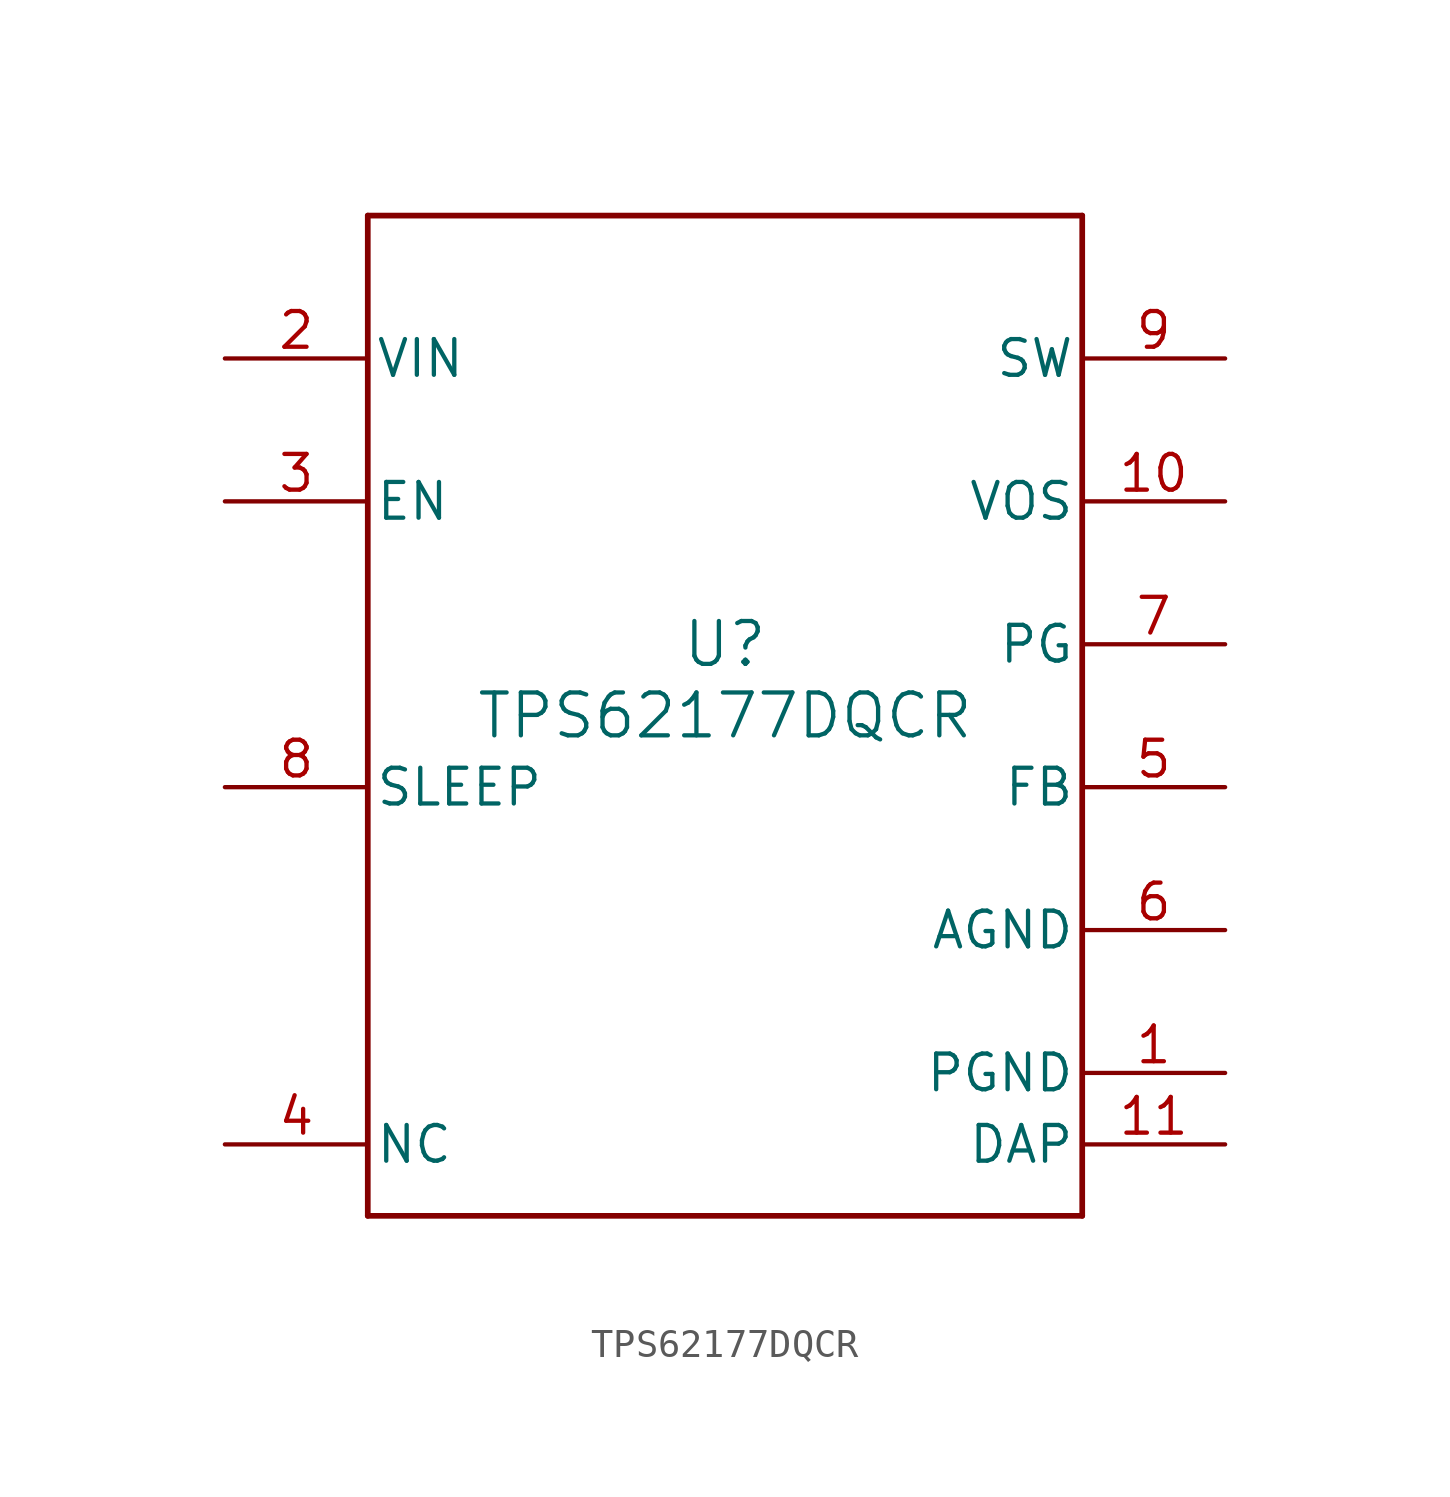
<source format=kicad_sym>
(kicad_symbol_lib
  (version 20211014)
  (generator kicad_symbol_editor)
  (symbol "TPS62177DQCR"
    (pin_names
      (offset 0.254))
    (property "Reference" "U"
      (at 0 2.54 0)
      (effects (font (size 1.524 1.524))))
    (property "Value" "TPS62177DQCR"
      (at 0 0 0)
      (effects (font (size 1.524 1.524))))
    (symbol "TPS62177DQCR_0_1"
      (polyline (pts (xy -12.7 -17.78) (xy 12.7 -17.78)) (stroke (width 0.203) (type default) (color 0 0 0 0)) (fill (type none)))
      (polyline (pts (xy 12.7 -17.78) (xy 12.7 17.78)) (stroke (width 0.203) (type default) (color 0 0 0 0)) (fill (type none)))
      (polyline (pts (xy 12.7 17.78) (xy -12.7 17.78)) (stroke (width 0.203) (type default) (color 0 0 0 0)) (fill (type none)))
      (polyline (pts (xy -12.7 17.78) (xy -12.7 -17.78)) (stroke (width 0.203) (type default) (color 0 0 0 0)) (fill (type none)))
      (pin power_in line (at 17.78 -12.7 180) (length 5.08) (name "PGND" (effects (font (size 1.27 1.27)))) (number "1" (effects (font (size 1.27 1.27)))))
      (pin power_in line (at -17.78 12.7 0) (length 5.08) (name "VIN" (effects (font (size 1.27 1.27)))) (number "2" (effects (font (size 1.27 1.27)))))
      (pin input line (at -17.78 7.62 0) (length 5.08) (name "EN" (effects (font (size 1.27 1.27)))) (number "3" (effects (font (size 1.27 1.27)))))
      (pin unspecified line (at -17.78 -15.24 0) (length 5.08) (name "NC" (effects (font (size 1.27 1.27)))) (number "4" (effects (font (size 1.27 1.27)))))
      (pin input line (at 17.78 -2.54 180) (length 5.08) (name "FB" (effects (font (size 1.27 1.27)))) (number "5" (effects (font (size 1.27 1.27)))))
      (pin power_in line (at 17.78 -7.62 180) (length 5.08) (name "AGND" (effects (font (size 1.27 1.27)))) (number "6" (effects (font (size 1.27 1.27)))))
      (pin output line (at 17.78 2.54 180) (length 5.08) (name "PG" (effects (font (size 1.27 1.27)))) (number "7" (effects (font (size 1.27 1.27)))))
      (pin input line (at -17.78 -2.54 0) (length 5.08) (name "SLEEP" (effects (font (size 1.27 1.27)))) (number "8" (effects (font (size 1.27 1.27)))))
      (pin output line (at 17.78 12.7 180) (length 5.08) (name "SW" (effects (font (size 1.27 1.27)))) (number "9" (effects (font (size 1.27 1.27)))))
      (pin input line (at 17.78 7.62 180) (length 5.08) (name "VOS" (effects (font (size 1.27 1.27)))) (number "10" (effects (font (size 1.27 1.27)))))
      (pin power_in line (at 17.78 -15.24 180) (length 5.08) (name "DAP" (effects (font (size 1.27 1.27)))) (number "11" (effects (font (size 1.27 1.27))))))))
</source>
